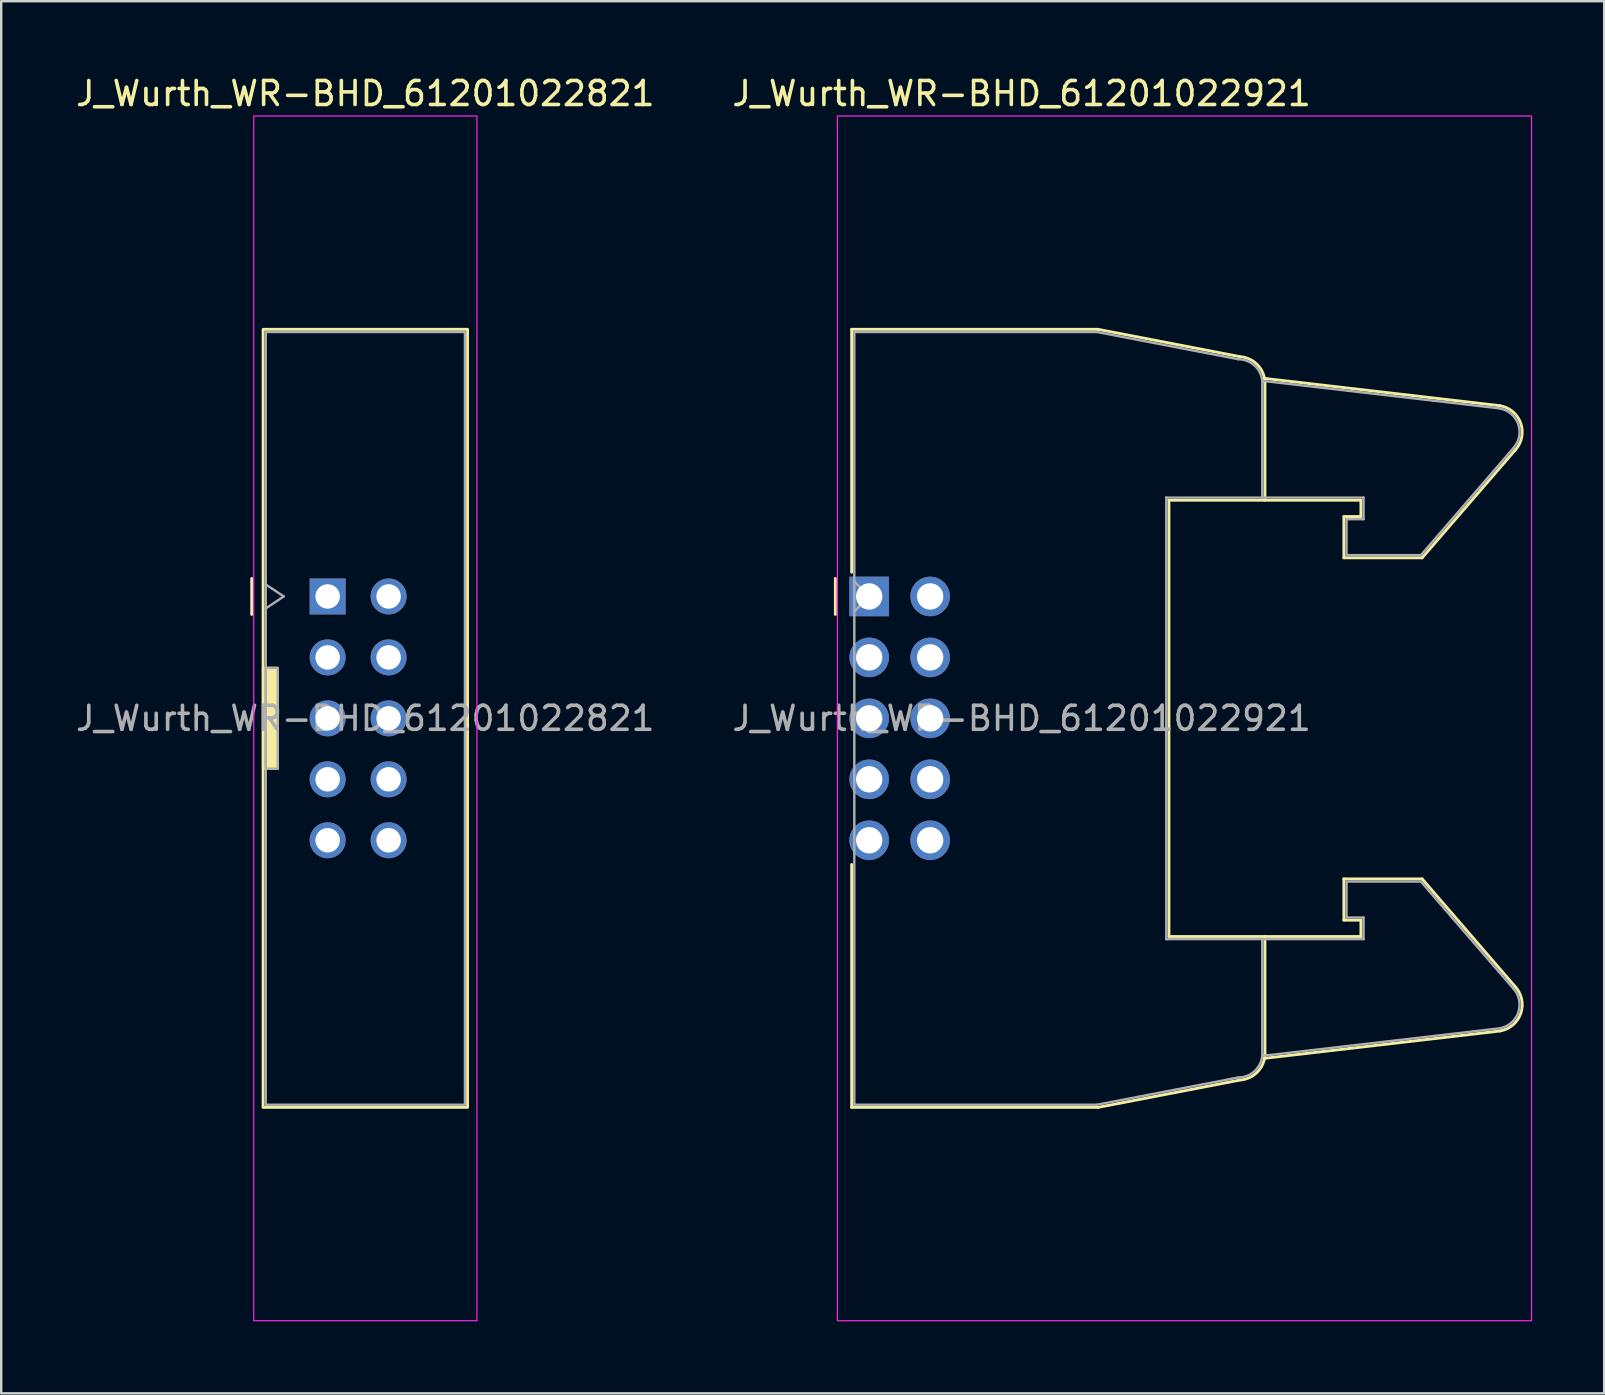
<source format=kicad_pcb>
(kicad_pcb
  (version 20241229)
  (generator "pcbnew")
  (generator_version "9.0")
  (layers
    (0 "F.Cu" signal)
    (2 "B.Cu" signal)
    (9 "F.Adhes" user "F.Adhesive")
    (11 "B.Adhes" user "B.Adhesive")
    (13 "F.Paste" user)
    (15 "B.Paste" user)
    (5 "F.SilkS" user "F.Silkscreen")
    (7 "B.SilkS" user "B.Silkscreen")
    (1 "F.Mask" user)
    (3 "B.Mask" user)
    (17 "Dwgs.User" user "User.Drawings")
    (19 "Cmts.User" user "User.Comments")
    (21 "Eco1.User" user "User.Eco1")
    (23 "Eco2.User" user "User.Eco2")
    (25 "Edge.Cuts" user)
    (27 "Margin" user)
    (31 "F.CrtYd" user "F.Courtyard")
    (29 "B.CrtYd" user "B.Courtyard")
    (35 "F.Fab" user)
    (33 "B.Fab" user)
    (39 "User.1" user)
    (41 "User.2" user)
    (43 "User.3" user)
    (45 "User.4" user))
  (footprint "J_Wurth_WR-BHD_61201022921"
    (layer "F.Cu")
    (at 33.168 21.803)
    (property "Reference" "J_Wurth_WR-BHD_61201022921" (at 6.35 -20.955 0) (unlocked yes) (layer "F.SilkS") (effects (font (size 1 1) (thickness 0.15))))
    (attr through_hole)
    (fp_line (start -1.41 -0.75) (end -1.41 0.75) (stroke (width 0.12) (type solid)) (layer "F.SilkS"))
    (fp_line (start -0.73 -11.13) (end -0.73 -1.01) (stroke (width 0.12) (type solid)) (layer "F.SilkS"))
    (fp_line (start -0.73 -11.13) (end 9.534 -11.13) (stroke (width 0.12) (type solid)) (layer "F.SilkS"))
    (fp_line (start -0.73 21.29) (end -0.73 11.17) (stroke (width 0.12) (type solid)) (layer "F.SilkS"))
    (fp_line (start -0.73 21.29) (end 9.534 21.29) (stroke (width 0.12) (type solid)) (layer "F.SilkS"))
    (fp_line (start 9.534 -11.13) (end 15.443 -9.992) (stroke (width 0.12) (type solid)) (layer "F.SilkS"))
    (fp_line (start 9.534 21.29) (end 15.443 20.152) (stroke (width 0.12) (type solid)) (layer "F.SilkS"))
    (fp_line (start 12.49 14.17) (end 12.49 -4.01) (stroke (width 0.12) (type solid)) (layer "F.SilkS"))
    (fp_line (start 16.49 -8.975) (end 16.49 -4.01) (stroke (width 0.12) (type solid)) (layer "F.SilkS"))
    (fp_line (start 16.49 19.135) (end 16.49 14.17) (stroke (width 0.12) (type solid)) (layer "F.SilkS"))
    (fp_line (start 19.78 -3.33) (end 19.78 -1.61) (stroke (width 0.12) (type solid)) (layer "F.SilkS"))
    (fp_line (start 19.78 -1.61) (end 23.04 -1.61) (stroke (width 0.12) (type solid)) (layer "F.SilkS"))
    (fp_line (start 19.78 11.77) (end 23.04 11.77) (stroke (width 0.12) (type solid)) (layer "F.SilkS"))
    (fp_line (start 19.78 13.49) (end 19.78 11.77) (stroke (width 0.12) (type solid)) (layer "F.SilkS"))
    (fp_line (start 20.49 -4.01) (end 12.49 -4.01) (stroke (width 0.12) (type solid)) (layer "F.SilkS"))
    (fp_line (start 20.49 -3.33) (end 19.78 -3.33) (stroke (width 0.12) (type solid)) (layer "F.SilkS"))
    (fp_line (start 20.49 -3.33) (end 20.49 -4.01) (stroke (width 0.12) (type solid)) (layer "F.SilkS"))
    (fp_line (start 20.49 13.49) (end 19.78 13.49) (stroke (width 0.12) (type solid)) (layer "F.SilkS"))
    (fp_line (start 20.49 13.49) (end 20.49 14.17) (stroke (width 0.12) (type solid)) (layer "F.SilkS"))
    (fp_line (start 20.49 14.17) (end 12.49 14.17) (stroke (width 0.12) (type solid)) (layer "F.SilkS"))
    (fp_line (start 23.04 -1.61) (end 26.903 -6.082) (stroke (width 0.12) (type solid)) (layer "F.SilkS"))
    (fp_line (start 23.04 11.77) (end 26.903 16.242) (stroke (width 0.12) (type solid)) (layer "F.SilkS"))
    (fp_line (start 26.279 -7.947) (end 16.472 -9.085) (stroke (width 0.12) (type solid)) (layer "F.SilkS"))
    (fp_line (start 26.279 18.107) (end 16.472 19.245) (stroke (width 0.12) (type solid)) (layer "F.SilkS"))
    (fp_arc (start 15.442979 -9.98974) (mid 16.176162 -9.655638) (end 16.491006 -8.913981) (stroke (width 0.12) (type solid)) (layer "F.SilkS"))
    (fp_arc (start 16.491006 19.073981) (mid 16.176162 19.815638) (end 15.442979 20.14974) (stroke (width 0.12) (type solid)) (layer "F.SilkS"))
    (fp_arc (start 26.278536 -7.946703) (mid 27.153628 -7.202846) (end 26.903 -6.082) (stroke (width 0.12) (type solid)) (layer "F.SilkS"))
    (fp_arc (start 26.903 16.242) (mid 27.153628 17.362846) (end 26.278536 18.106703) (stroke (width 0.12) (type solid)) (layer "F.SilkS"))
    (fp_rect (start -1.325 -20.02) (end 27.6 30.18) (stroke (width 0.05) (type solid)) (fill no) (layer "F.CrtYd"))
    (fp_line (start -0.62 -11.02) (end 9.484 -11.02) (stroke (width 0.1) (type solid)) (layer "F.Fab"))
    (fp_line (start -0.62 21.18) (end -0.62 -11.02) (stroke (width 0.1) (type solid)) (layer "F.Fab"))
    (fp_line (start -0.62 21.18) (end 9.484 21.18) (stroke (width 0.1) (type solid)) (layer "F.Fab"))
    (fp_line (start 0 0) (end -0.62 -0.62) (stroke (width 0.1) (type solid)) (layer "F.Fab"))
    (fp_line (start 0 0) (end -0.62 0.62) (stroke (width 0.1) (type solid)) (layer "F.Fab"))
    (fp_line (start 9.484 -11.02) (end 15.381 -9.884) (stroke (width 0.1) (type solid)) (layer "F.Fab"))
    (fp_line (start 9.484 21.18) (end 15.381 20.044) (stroke (width 0.1) (type solid)) (layer "F.Fab"))
    (fp_line (start 12.38 14.28) (end 12.38 -4.12) (stroke (width 0.1) (type solid)) (layer "F.Fab"))
    (fp_line (start 16.38 -8.975) (end 16.38 -4.12) (stroke (width 0.1) (type solid)) (layer "F.Fab"))
    (fp_line (start 16.38 19.135) (end 16.38 14.28) (stroke (width 0.1) (type solid)) (layer "F.Fab"))
    (fp_line (start 19.89 -3.22) (end 19.89 -1.72) (stroke (width 0.1) (type solid)) (layer "F.Fab"))
    (fp_line (start 19.89 -1.72) (end 22.99 -1.72) (stroke (width 0.1) (type solid)) (layer "F.Fab"))
    (fp_line (start 19.89 11.88) (end 22.99 11.88) (stroke (width 0.1) (type solid)) (layer "F.Fab"))
    (fp_line (start 19.89 13.38) (end 19.89 11.88) (stroke (width 0.1) (type solid)) (layer "F.Fab"))
    (fp_line (start 20.6 -4.12) (end 12.38 -4.12) (stroke (width 0.1) (type solid)) (layer "F.Fab"))
    (fp_line (start 20.6 -3.22) (end 19.89 -3.22) (stroke (width 0.1) (type solid)) (layer "F.Fab"))
    (fp_line (start 20.6 -3.22) (end 20.6 -4.12) (stroke (width 0.1) (type solid)) (layer "F.Fab"))
    (fp_line (start 20.6 13.38) (end 19.89 13.38) (stroke (width 0.1) (type solid)) (layer "F.Fab"))
    (fp_line (start 20.6 13.38) (end 20.6 14.28) (stroke (width 0.1) (type solid)) (layer "F.Fab"))
    (fp_line (start 20.6 14.28) (end 12.38 14.28) (stroke (width 0.1) (type solid)) (layer "F.Fab"))
    (fp_line (start 22.99 -1.72) (end 26.853 -6.192) (stroke (width 0.1) (type solid)) (layer "F.Fab"))
    (fp_line (start 22.99 11.88) (end 26.853 16.352) (stroke (width 0.1) (type solid)) (layer "F.Fab"))
    (fp_line (start 26.252 -7.838) (end 16.38 -8.984) (stroke (width 0.1) (type solid)) (layer "F.Fab"))
    (fp_line (start 26.252 17.998) (end 16.38 19.144) (stroke (width 0.1) (type solid)) (layer "F.Fab"))
    (fp_arc (start 15.380999 -9.884) (mid 16.05791 -9.620576) (end 16.38 -8.969532) (stroke (width 0.1) (type solid)) (layer "F.Fab"))
    (fp_arc (start 16.38 19.129532) (mid 16.05791 19.780576) (end 15.380999 20.044) (stroke (width 0.1) (type solid)) (layer "F.Fab"))
    (fp_arc (start 26.260676 -7.836993) (mid 27.040851 -7.188778) (end 26.852999 -6.192) (stroke (width 0.1) (type solid)) (layer "F.Fab"))
    (fp_arc (start 26.852999 16.352) (mid 27.040851 17.348778) (end 26.260676 17.996993) (stroke (width 0.1) (type solid)) (layer "F.Fab"))
    (fp_text user "${REFERENCE}" (at 6.35 5.08 0) (unlocked yes) (layer "F.Fab") (effects (font (size 1 1) (thickness 0.15))))
    (pad "1" thru_hole rect (at 0 0 90) (size 1.65 1.65) (drill 1.1) (layers "*.Cu" "*.Mask"))
    (pad "2" thru_hole circle (at 2.54 0 90) (size 1.65 1.65) (drill 1.1) (layers "*.Cu" "*.Mask"))
    (pad "3" thru_hole circle (at 0 2.54 90) (size 1.65 1.65) (drill 1.1) (layers "*.Cu" "*.Mask"))
    (pad "4" thru_hole circle (at 2.54 2.54 90) (size 1.65 1.65) (drill 1.1) (layers "*.Cu" "*.Mask"))
    (pad "5" thru_hole circle (at 0 5.08 90) (size 1.65 1.65) (drill 1.1) (layers "*.Cu" "*.Mask"))
    (pad "6" thru_hole circle (at 2.54 5.08 90) (size 1.65 1.65) (drill 1.1) (layers "*.Cu" "*.Mask"))
    (pad "7" thru_hole circle (at 0 7.62 90) (size 1.65 1.65) (drill 1.1) (layers "*.Cu" "*.Mask"))
    (pad "8" thru_hole circle (at 2.54 7.62 90) (size 1.65 1.65) (drill 1.1) (layers "*.Cu" "*.Mask"))
    (pad "9" thru_hole circle (at 0 10.16 90) (size 1.65 1.65) (drill 1.1) (layers "*.Cu" "*.Mask"))
    (pad "10" thru_hole circle (at 2.54 10.16 90) (size 1.65 1.65) (drill 1.1) (layers "*.Cu" "*.Mask")))
  (footprint "J_Wurth_WR-BHD_61201022821"
    (layer "F.Cu")
    (at 10.603 21.803)
    (property "Reference" "J_Wurth_WR-BHD_61201022821" (at 1.57 -20.955 0) (unlocked yes) (layer "F.SilkS") (effects (font (size 1 1) (thickness 0.15))))
    (attr through_hole)
    (fp_line (start -3.165 -0.75) (end -3.165 0.75) (stroke (width 0.12) (type solid)) (layer "F.SilkS"))
    (fp_rect (start -2.69 -11.13) (end 5.83 21.29) (stroke (width 0.12) (type solid)) (fill no) (layer "F.SilkS"))
    (fp_rect (start -2.69 2.98) (end -2.08 7.18) (stroke (width 0.1) (type solid)) (fill yes) (layer "F.SilkS"))
    (fp_rect (start -3.08 -20.02) (end 6.22 30.18) (stroke (width 0.05) (type solid)) (fill no) (layer "F.CrtYd"))
    (fp_line (start -1.83 0) (end -2.58 -0.5) (stroke (width 0.1) (type solid)) (layer "F.Fab"))
    (fp_line (start -1.83 0) (end -2.58 0.5) (stroke (width 0.1) (type solid)) (layer "F.Fab"))
    (fp_rect (start -2.58 -11.02) (end 5.72 21.18) (stroke (width 0.1) (type solid)) (fill no) (layer "F.Fab"))
    (fp_rect (start -2.58 2.98) (end -2.08 7.18) (stroke (width 0.1) (type solid)) (fill no) (layer "F.Fab"))
    (fp_text user "${REFERENCE}" (at 1.57 5.08 0) (unlocked yes) (layer "F.Fab") (effects (font (size 1 1) (thickness 0.15))))
    (pad "1" thru_hole rect (at 0 0 270) (size 1.5 1.5) (drill 1.02) (layers "*.Cu" "*.Mask"))
    (pad "2" thru_hole circle (at 2.54 0 270) (size 1.5 1.5) (drill 1.02) (layers "*.Cu" "*.Mask"))
    (pad "3" thru_hole circle (at 0 2.54 270) (size 1.5 1.5) (drill 1.02) (layers "*.Cu" "*.Mask"))
    (pad "4" thru_hole circle (at 2.54 2.54 270) (size 1.5 1.5) (drill 1.02) (layers "*.Cu" "*.Mask"))
    (pad "5" thru_hole circle (at 0 5.08 270) (size 1.5 1.5) (drill 1.02) (layers "*.Cu" "*.Mask"))
    (pad "6" thru_hole circle (at 2.54 5.08 270) (size 1.5 1.5) (drill 1.02) (layers "*.Cu" "*.Mask"))
    (pad "7" thru_hole circle (at 0 7.62 270) (size 1.5 1.5) (drill 1.02) (layers "*.Cu" "*.Mask"))
    (pad "8" thru_hole circle (at 2.54 7.62 270) (size 1.5 1.5) (drill 1.02) (layers "*.Cu" "*.Mask"))
    (pad "9" thru_hole circle (at 0 10.16 270) (size 1.5 1.5) (drill 1.02) (layers "*.Cu" "*.Mask"))
    (pad "10" thru_hole circle (at 2.54 10.16 270) (size 1.5 1.5) (drill 1.02) (layers "*.Cu" "*.Mask")))
  (gr_rect
    (start -3 -3)
    (end 63.793 55.008)
    (stroke (width 0.1) (type default))
    (fill no)
    (layer "Edge.Cuts")))
</source>
